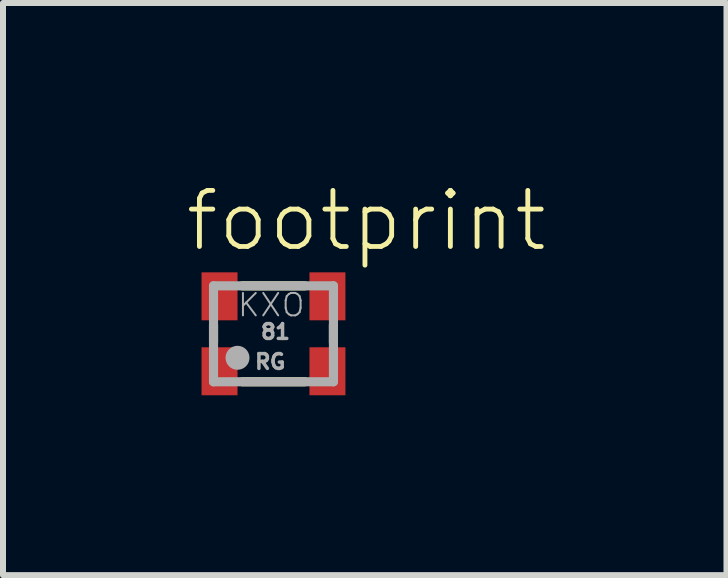
<source format=kicad_pcb>
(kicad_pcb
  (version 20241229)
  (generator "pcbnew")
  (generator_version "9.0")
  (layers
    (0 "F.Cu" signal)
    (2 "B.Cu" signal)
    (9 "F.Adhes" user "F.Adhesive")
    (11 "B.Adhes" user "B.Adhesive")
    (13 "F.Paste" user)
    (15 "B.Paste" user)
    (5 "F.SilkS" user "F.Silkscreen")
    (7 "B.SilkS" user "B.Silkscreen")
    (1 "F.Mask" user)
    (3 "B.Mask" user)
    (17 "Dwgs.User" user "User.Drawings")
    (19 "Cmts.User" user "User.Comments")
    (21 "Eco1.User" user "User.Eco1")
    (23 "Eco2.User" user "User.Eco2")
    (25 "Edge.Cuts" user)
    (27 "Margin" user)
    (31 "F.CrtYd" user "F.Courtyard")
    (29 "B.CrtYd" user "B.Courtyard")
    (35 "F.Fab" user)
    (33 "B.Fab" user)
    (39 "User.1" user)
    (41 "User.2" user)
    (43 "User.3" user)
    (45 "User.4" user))
  (footprint "footprint"
    (layer "F.Cu")
    (at 1.511 2.517)
    (property "Reference" "footprint" (at -1.511 -1.338 0) (layer "F.SilkS") (effects (font (size 0.935 0.935) (thickness 0.081)) (justify left bottom)))
    (fp_line (start -1 -0.15) (end -1 0.15) (stroke (width 0.152) (type solid)) (layer "F.SilkS"))
    (fp_line (start -0.52 -0.8) (end 0.52 -0.8) (stroke (width 0.152) (type solid)) (layer "F.SilkS"))
    (fp_line (start -0.52 0.8) (end 0.52 0.8) (stroke (width 0.152) (type solid)) (layer "F.SilkS"))
    (fp_line (start 1 -0.15) (end 1 0.15) (stroke (width 0.152) (type solid)) (layer "F.SilkS"))
    (fp_line (start -1 -0.8) (end -1 0.8) (stroke (width 0.152) (type solid)) (layer "F.Fab"))
    (fp_line (start -1 0.8) (end 1 0.8) (stroke (width 0.152) (type solid)) (layer "F.Fab"))
    (fp_line (start 1 -0.8) (end -1 -0.8) (stroke (width 0.152) (type solid)) (layer "F.Fab"))
    (fp_line (start 1 0.8) (end 1 -0.8) (stroke (width 0.152) (type solid)) (layer "F.Fab"))
    (fp_circle (center -0.6 0.4) (end -0.5 0.4) (stroke (width 0.2) (type solid)) (fill no) (layer "F.Fab"))
    (fp_text user "81" (at -0.24 0.11 0) (layer "F.Fab") (effects (font (size 0.247 0.247) (thickness 0.058)) (justify left bottom)))
    (fp_text user "RG" (at -0.34 0.61 0) (layer "F.Fab") (effects (font (size 0.247 0.247) (thickness 0.058)) (justify left bottom)))
    (fp_text user "KXO" (at -0.62 -0.26 0) (layer "F.Fab") (effects (font (size 0.374 0.374) (thickness 0.033)) (justify left bottom)))
    (pad "1" smd rect (at -0.9 0.625) (size 0.6 0.8) (layers "F.Cu" "F.Mask" "F.Paste"))
    (pad "2" smd rect (at 0.9 0.625) (size 0.6 0.8) (layers "F.Cu" "F.Mask" "F.Paste"))
    (pad "3" smd rect (at 0.9 -0.625) (size 0.6 0.8) (layers "F.Cu" "F.Mask" "F.Paste"))
    (pad "4" smd rect (at -0.9 -0.625) (size 0.6 0.8) (layers "F.Cu" "F.Mask" "F.Paste")))
  (gr_rect
    (start -3 -3)
    (end 9.066 6.542)
    (stroke (width 0.1) (type default))
    (fill no)
    (layer "Edge.Cuts")))
</source>
